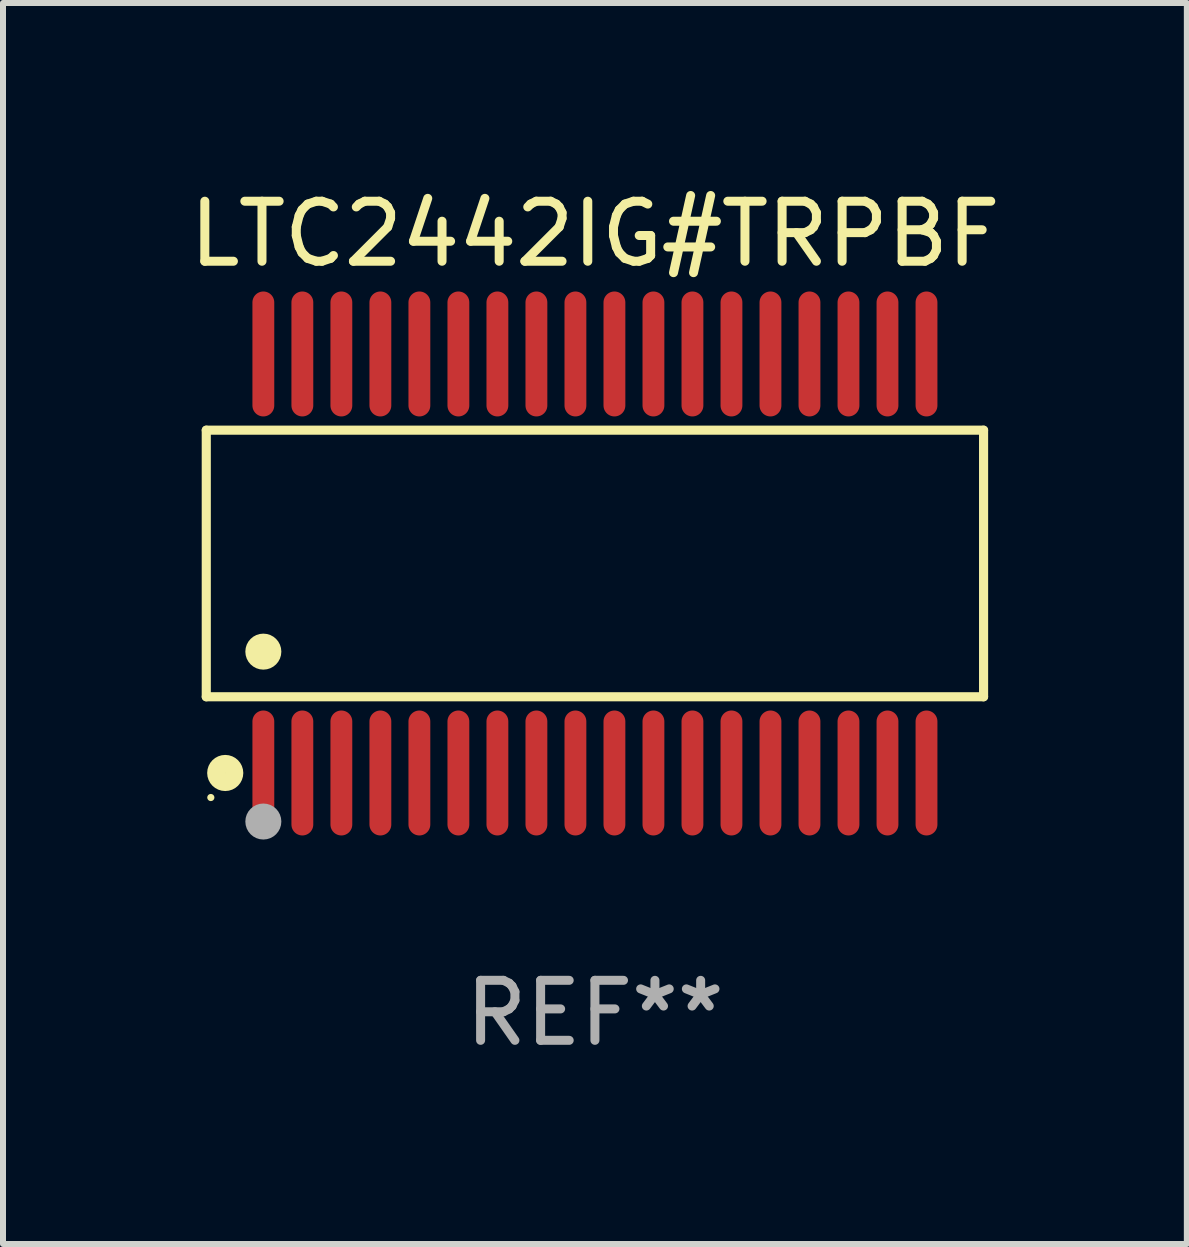
<source format=kicad_pcb>
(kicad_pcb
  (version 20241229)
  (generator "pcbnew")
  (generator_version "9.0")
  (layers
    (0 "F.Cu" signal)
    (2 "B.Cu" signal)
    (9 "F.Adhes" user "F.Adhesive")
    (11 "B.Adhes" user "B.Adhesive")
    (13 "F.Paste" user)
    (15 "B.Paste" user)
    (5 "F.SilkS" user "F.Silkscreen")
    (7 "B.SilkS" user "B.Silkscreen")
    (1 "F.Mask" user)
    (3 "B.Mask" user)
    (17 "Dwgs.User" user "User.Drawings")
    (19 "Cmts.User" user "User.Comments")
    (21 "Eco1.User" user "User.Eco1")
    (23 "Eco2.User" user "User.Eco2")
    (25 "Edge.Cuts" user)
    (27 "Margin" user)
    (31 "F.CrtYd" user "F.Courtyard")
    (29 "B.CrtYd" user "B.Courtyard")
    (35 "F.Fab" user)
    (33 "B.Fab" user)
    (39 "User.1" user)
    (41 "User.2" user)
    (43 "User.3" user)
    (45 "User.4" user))
  (footprint "LTC2442IG#TRPBF"
    (layer "F.Cu")
    (at 6.863 6.339)
    (property "Reference" "LTC2442IG#TRPBF" (at 0 -5.491 0) (layer "F.SilkS") (effects (font (size 1 1) (thickness 0.15))))
    (attr through_hole)
    (fp_line (start -6.476 -2.221) (end 6.476 -2.221) (stroke (width 0.152) (type solid)) (layer "F.SilkS"))
    (fp_line (start -6.476 2.221) (end -6.476 -2.221) (stroke (width 0.152) (type solid)) (layer "F.SilkS"))
    (fp_line (start 6.476 -2.221) (end 6.476 2.221) (stroke (width 0.152) (type solid)) (layer "F.SilkS"))
    (fp_line (start 6.476 2.221) (end -6.476 2.221) (stroke (width 0.152) (type solid)) (layer "F.SilkS"))
    (fp_circle (center -6.4 3.9) (end -6.37 3.9) (stroke (width 0.06) (type solid)) (fill no) (layer "F.SilkS"))
    (fp_circle (center -6.16 3.491) (end -6.009 3.491) (stroke (width 0.3) (type solid)) (fill no) (layer "F.SilkS"))
    (fp_circle (center -5.525 1.469) (end -5.375 1.469) (stroke (width 0.3) (type solid)) (fill no) (layer "F.SilkS"))
    (fp_circle (center -5.525 4.3) (end -5.375 4.3) (stroke (width 0.3) (type solid)) (fill no) (layer "F.Fab"))
    (fp_text user "REF**" (at 0 7.491 0) (layer "F.Fab") (effects (font (size 1 1) (thickness 0.15))))
    (pad "1" smd oval (at -5.525 3.491) (size 0.364 2.082) (layers "F.Cu" "F.Mask" "F.Paste"))
    (pad "2" smd oval (at -4.875 3.491) (size 0.364 2.082) (layers "F.Cu" "F.Mask" "F.Paste"))
    (pad "3" smd oval (at -4.225 3.491) (size 0.364 2.082) (layers "F.Cu" "F.Mask" "F.Paste"))
    (pad "4" smd oval (at -3.575 3.491) (size 0.364 2.082) (layers "F.Cu" "F.Mask" "F.Paste"))
    (pad "5" smd oval (at -2.925 3.491) (size 0.364 2.082) (layers "F.Cu" "F.Mask" "F.Paste"))
    (pad "6" smd oval (at -2.275 3.491) (size 0.364 2.082) (layers "F.Cu" "F.Mask" "F.Paste"))
    (pad "7" smd oval (at -1.625 3.491) (size 0.364 2.082) (layers "F.Cu" "F.Mask" "F.Paste"))
    (pad "8" smd oval (at -0.975 3.491) (size 0.364 2.082) (layers "F.Cu" "F.Mask" "F.Paste"))
    (pad "9" smd oval (at -0.325 3.491) (size 0.364 2.082) (layers "F.Cu" "F.Mask" "F.Paste"))
    (pad "10" smd oval (at 0.325 3.491) (size 0.364 2.082) (layers "F.Cu" "F.Mask" "F.Paste"))
    (pad "11" smd oval (at 0.975 3.491) (size 0.364 2.082) (layers "F.Cu" "F.Mask" "F.Paste"))
    (pad "12" smd oval (at 1.625 3.491) (size 0.364 2.082) (layers "F.Cu" "F.Mask" "F.Paste"))
    (pad "13" smd oval (at 2.275 3.491) (size 0.364 2.082) (layers "F.Cu" "F.Mask" "F.Paste"))
    (pad "14" smd oval (at 2.925 3.491) (size 0.364 2.082) (layers "F.Cu" "F.Mask" "F.Paste"))
    (pad "15" smd oval (at 3.575 3.491) (size 0.364 2.082) (layers "F.Cu" "F.Mask" "F.Paste"))
    (pad "16" smd oval (at 4.225 3.491) (size 0.364 2.082) (layers "F.Cu" "F.Mask" "F.Paste"))
    (pad "17" smd oval (at 4.875 3.491) (size 0.364 2.082) (layers "F.Cu" "F.Mask" "F.Paste"))
    (pad "18" smd oval (at 5.525 3.491) (size 0.364 2.082) (layers "F.Cu" "F.Mask" "F.Paste"))
    (pad "19" smd oval (at 5.525 -3.491) (size 0.364 2.082) (layers "F.Cu" "F.Mask" "F.Paste"))
    (pad "20" smd oval (at 4.875 -3.491) (size 0.364 2.082) (layers "F.Cu" "F.Mask" "F.Paste"))
    (pad "21" smd oval (at 4.225 -3.491) (size 0.364 2.082) (layers "F.Cu" "F.Mask" "F.Paste"))
    (pad "22" smd oval (at 3.575 -3.491) (size 0.364 2.082) (layers "F.Cu" "F.Mask" "F.Paste"))
    (pad "23" smd oval (at 2.925 -3.491) (size 0.364 2.082) (layers "F.Cu" "F.Mask" "F.Paste"))
    (pad "24" smd oval (at 2.275 -3.491) (size 0.364 2.082) (layers "F.Cu" "F.Mask" "F.Paste"))
    (pad "25" smd oval (at 1.625 -3.491) (size 0.364 2.082) (layers "F.Cu" "F.Mask" "F.Paste"))
    (pad "26" smd oval (at 0.975 -3.491) (size 0.364 2.082) (layers "F.Cu" "F.Mask" "F.Paste"))
    (pad "27" smd oval (at 0.325 -3.491) (size 0.364 2.082) (layers "F.Cu" "F.Mask" "F.Paste"))
    (pad "28" smd oval (at -0.325 -3.491) (size 0.364 2.082) (layers "F.Cu" "F.Mask" "F.Paste"))
    (pad "29" smd oval (at -0.975 -3.491) (size 0.364 2.082) (layers "F.Cu" "F.Mask" "F.Paste"))
    (pad "30" smd oval (at -1.625 -3.491) (size 0.364 2.082) (layers "F.Cu" "F.Mask" "F.Paste"))
    (pad "31" smd oval (at -2.275 -3.491) (size 0.364 2.082) (layers "F.Cu" "F.Mask" "F.Paste"))
    (pad "32" smd oval (at -2.925 -3.491) (size 0.364 2.082) (layers "F.Cu" "F.Mask" "F.Paste"))
    (pad "33" smd oval (at -3.575 -3.491) (size 0.364 2.082) (layers "F.Cu" "F.Mask" "F.Paste"))
    (pad "34" smd oval (at -4.225 -3.491) (size 0.364 2.082) (layers "F.Cu" "F.Mask" "F.Paste"))
    (pad "35" smd oval (at -4.875 -3.491) (size 0.364 2.082) (layers "F.Cu" "F.Mask" "F.Paste"))
    (pad "36" smd oval (at -5.525 -3.491) (size 0.364 2.082) (layers "F.Cu" "F.Mask" "F.Paste")))
  (gr_rect
    (start -3 -3)
    (end 16.726 17.678)
    (stroke (width 0.1) (type default))
    (fill no)
    (layer "Edge.Cuts")))
</source>
